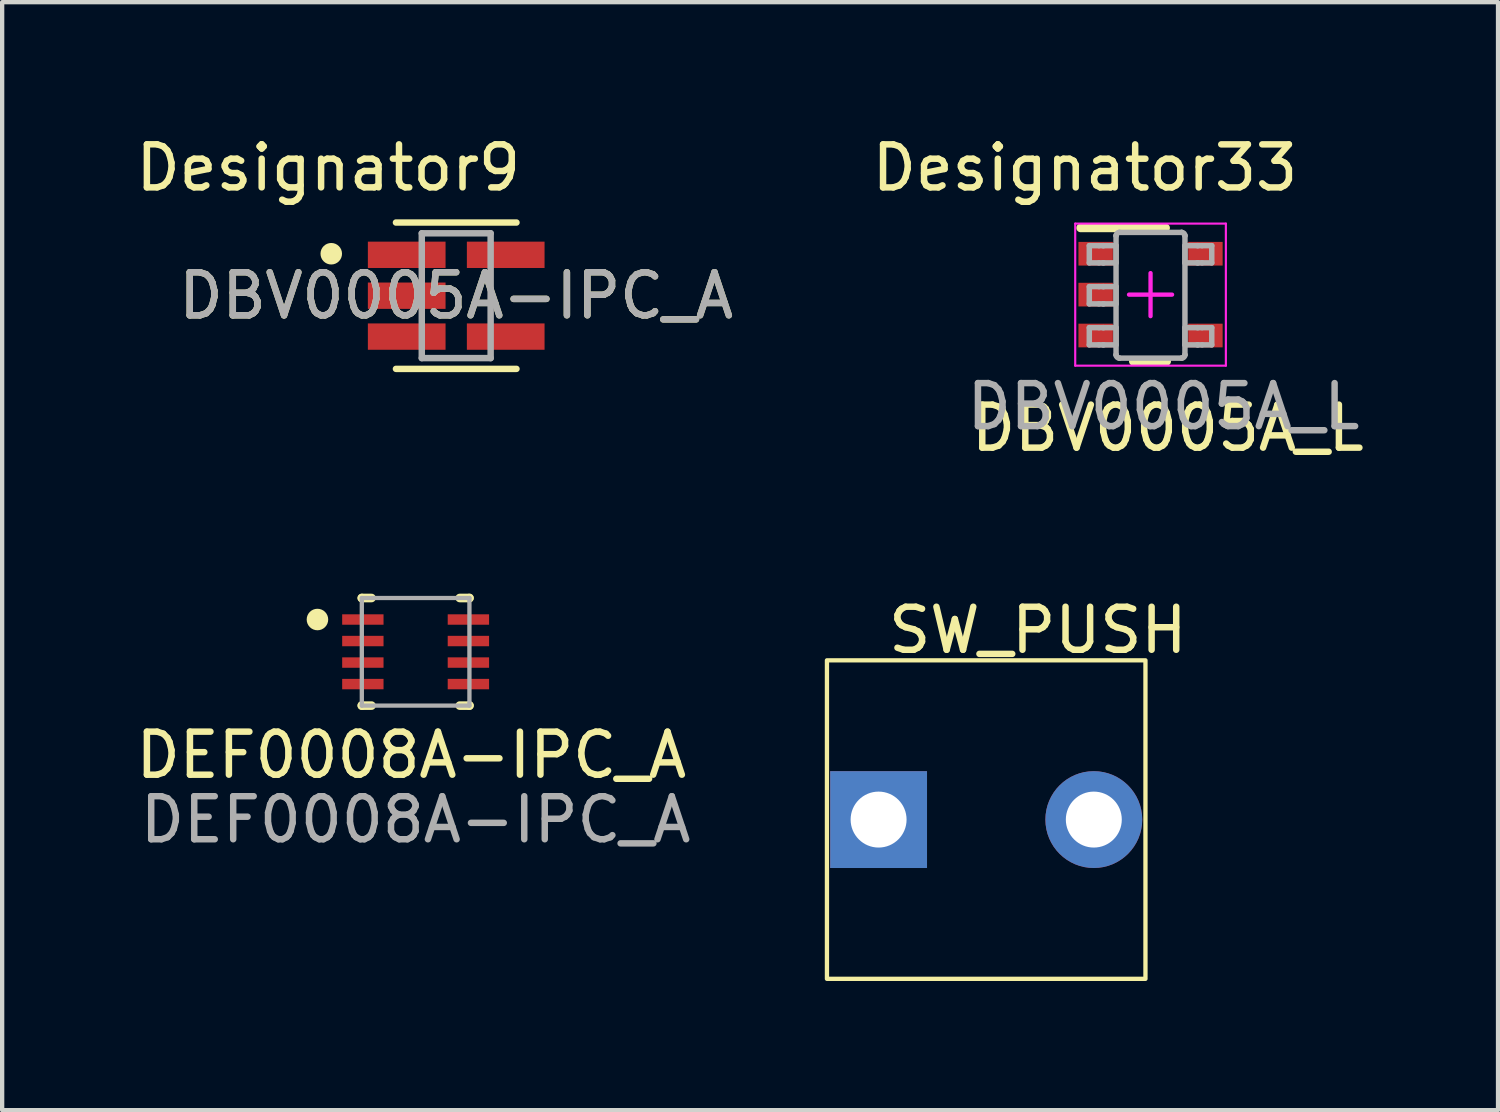
<source format=kicad_pcb>
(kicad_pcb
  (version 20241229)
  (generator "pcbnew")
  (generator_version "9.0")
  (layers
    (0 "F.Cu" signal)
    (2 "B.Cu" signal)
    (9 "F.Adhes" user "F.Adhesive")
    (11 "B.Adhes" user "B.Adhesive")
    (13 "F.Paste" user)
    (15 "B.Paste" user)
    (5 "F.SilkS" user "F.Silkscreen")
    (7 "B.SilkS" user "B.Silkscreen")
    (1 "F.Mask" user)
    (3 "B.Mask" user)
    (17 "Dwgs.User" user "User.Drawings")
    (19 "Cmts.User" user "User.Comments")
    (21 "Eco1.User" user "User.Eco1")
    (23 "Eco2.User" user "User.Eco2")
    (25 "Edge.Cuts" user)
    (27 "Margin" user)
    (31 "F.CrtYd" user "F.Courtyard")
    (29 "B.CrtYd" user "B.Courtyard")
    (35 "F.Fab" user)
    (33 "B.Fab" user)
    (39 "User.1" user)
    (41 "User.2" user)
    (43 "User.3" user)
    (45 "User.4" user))
  (footprint "DBV0005A_L"
    (layer "F.Cu")
    (at 23.68 3.795)
    (property "Reference" "DBV0005A_L" (at 0.4 3.1 0) (unlocked yes) (layer "F.SilkS") (effects (font (size 1 1) (thickness 0.15))))
    (attr smd)
    (fp_line (start -1.625 -1.55) (end 0.35 -1.55) (stroke (width 0.2) (type solid)) (layer "F.SilkS"))
    (fp_line (start -0.4 1.55) (end 0.375 1.55) (stroke (width 0.2) (type solid)) (layer "F.SilkS"))
    (fp_line (start -1.75 -1.65) (end 1.75 -1.65) (stroke (width 0.05) (type solid)) (layer "F.CrtYd"))
    (fp_line (start -1.75 1.65) (end -1.75 -1.65) (stroke (width 0.05) (type solid)) (layer "F.CrtYd"))
    (fp_line (start -1.75 1.65) (end 1.75 1.65) (stroke (width 0.05) (type solid)) (layer "F.CrtYd"))
    (fp_line (start -0.5 0) (end 0.5 0) (stroke (width 0.1) (type solid)) (layer "F.CrtYd"))
    (fp_line (start 0 0.5) (end 0 -0.5) (stroke (width 0.1) (type solid)) (layer "F.CrtYd"))
    (fp_line (start 1.75 1.65) (end 1.75 -1.65) (stroke (width 0.05) (type solid)) (layer "F.CrtYd"))
    (fp_line (start -1.423 -1.138) (end -1.199 -1.138) (stroke (width 0.127) (type solid)) (layer "F.Fab"))
    (fp_line (start -1.423 -0.738) (end -1.423 -1.138) (stroke (width 0.127) (type solid)) (layer "F.Fab"))
    (fp_line (start -1.423 -0.738) (end -1.199 -0.738) (stroke (width 0.127) (type solid)) (layer "F.Fab"))
    (fp_line (start -1.423 -0.186) (end -1.199 -0.186) (stroke (width 0.127) (type solid)) (layer "F.Fab"))
    (fp_line (start -1.423 0.215) (end -1.423 -0.186) (stroke (width 0.127) (type solid)) (layer "F.Fab"))
    (fp_line (start -1.423 0.215) (end -1.199 0.215) (stroke (width 0.127) (type solid)) (layer "F.Fab"))
    (fp_line (start -1.423 0.767) (end -1.199 0.767) (stroke (width 0.127) (type solid)) (layer "F.Fab"))
    (fp_line (start -1.423 1.167) (end -1.423 0.767) (stroke (width 0.127) (type solid)) (layer "F.Fab"))
    (fp_line (start -1.423 1.167) (end -1.199 1.167) (stroke (width 0.127) (type solid)) (layer "F.Fab"))
    (fp_line (start -1.199 -1.138) (end -1.105 -1.138) (stroke (width 0.127) (type solid)) (layer "F.Fab"))
    (fp_line (start -1.199 -0.738) (end -1.105 -0.738) (stroke (width 0.127) (type solid)) (layer "F.Fab"))
    (fp_line (start -1.199 -0.186) (end -1.105 -0.186) (stroke (width 0.127) (type solid)) (layer "F.Fab"))
    (fp_line (start -1.199 0.215) (end -1.105 0.215) (stroke (width 0.127) (type solid)) (layer "F.Fab"))
    (fp_line (start -1.199 0.767) (end -1.105 0.767) (stroke (width 0.127) (type solid)) (layer "F.Fab"))
    (fp_line (start -1.199 1.167) (end -1.105 1.167) (stroke (width 0.127) (type solid)) (layer "F.Fab"))
    (fp_line (start -1.105 -1.138) (end -1.088 -1.138) (stroke (width 0.127) (type solid)) (layer "F.Fab"))
    (fp_line (start -1.105 -0.738) (end -1.088 -0.738) (stroke (width 0.127) (type solid)) (layer "F.Fab"))
    (fp_line (start -1.105 -0.186) (end -1.088 -0.186) (stroke (width 0.127) (type solid)) (layer "F.Fab"))
    (fp_line (start -1.105 0.215) (end -1.088 0.215) (stroke (width 0.127) (type solid)) (layer "F.Fab"))
    (fp_line (start -1.105 0.767) (end -1.088 0.767) (stroke (width 0.127) (type solid)) (layer "F.Fab"))
    (fp_line (start -1.105 1.167) (end -1.088 1.167) (stroke (width 0.127) (type solid)) (layer "F.Fab"))
    (fp_line (start -1.088 -1.138) (end -0.835 -1.138) (stroke (width 0.127) (type solid)) (layer "F.Fab"))
    (fp_line (start -1.088 -0.738) (end -0.835 -0.738) (stroke (width 0.127) (type solid)) (layer "F.Fab"))
    (fp_line (start -1.088 -0.186) (end -0.835 -0.186) (stroke (width 0.127) (type solid)) (layer "F.Fab"))
    (fp_line (start -1.088 0.215) (end -0.835 0.215) (stroke (width 0.127) (type solid)) (layer "F.Fab"))
    (fp_line (start -1.088 0.767) (end -0.835 0.767) (stroke (width 0.127) (type solid)) (layer "F.Fab"))
    (fp_line (start -1.088 1.167) (end -0.835 1.167) (stroke (width 0.127) (type solid)) (layer "F.Fab"))
    (fp_line (start -0.835 -1.138) (end -0.801 -1.138) (stroke (width 0.127) (type solid)) (layer "F.Fab"))
    (fp_line (start -0.835 -0.738) (end -0.801 -0.738) (stroke (width 0.127) (type solid)) (layer "F.Fab"))
    (fp_line (start -0.835 -0.186) (end -0.801 -0.186) (stroke (width 0.127) (type solid)) (layer "F.Fab"))
    (fp_line (start -0.835 0.215) (end -0.801 0.215) (stroke (width 0.127) (type solid)) (layer "F.Fab"))
    (fp_line (start -0.835 0.767) (end -0.801 0.767) (stroke (width 0.127) (type solid)) (layer "F.Fab"))
    (fp_line (start -0.835 1.167) (end -0.801 1.167) (stroke (width 0.127) (type solid)) (layer "F.Fab"))
    (fp_line (start -0.801 -1.37) (end -0.801 -1.371) (stroke (width 0.127) (type solid)) (layer "F.Fab"))
    (fp_line (start -0.801 -0.738) (end -0.801 -1.138) (stroke (width 0.127) (type solid)) (layer "F.Fab"))
    (fp_line (start -0.801 0.215) (end -0.801 -0.186) (stroke (width 0.127) (type solid)) (layer "F.Fab"))
    (fp_line (start -0.801 1.167) (end -0.801 0.767) (stroke (width 0.127) (type solid)) (layer "F.Fab"))
    (fp_line (start -0.801 1.399) (end -0.801 -1.37) (stroke (width 0.127) (type solid)) (layer "F.Fab"))
    (fp_line (start -0.801 1.4) (end -0.801 1.399) (stroke (width 0.127) (type solid)) (layer "F.Fab"))
    (fp_line (start -0.725 -1.446) (end -0.725 -1.446) (stroke (width 0.127) (type solid)) (layer "F.Fab"))
    (fp_line (start -0.725 1.475) (end -0.725 1.475) (stroke (width 0.127) (type solid)) (layer "F.Fab"))
    (fp_line (start -0.725 -1.446) (end 0.723 -1.446) (stroke (width 0.127) (type solid)) (layer "F.Fab"))
    (fp_line (start -0.725 1.475) (end 0.723 1.475) (stroke (width 0.127) (type solid)) (layer "F.Fab"))
    (fp_line (start 0.723 -1.446) (end 0.724 -1.446) (stroke (width 0.127) (type solid)) (layer "F.Fab"))
    (fp_line (start 0.723 1.475) (end 0.724 1.475) (stroke (width 0.127) (type solid)) (layer "F.Fab"))
    (fp_line (start 0.799 -1.37) (end 0.799 -1.371) (stroke (width 0.127) (type solid)) (layer "F.Fab"))
    (fp_line (start 0.799 -1.138) (end 0.834 -1.138) (stroke (width 0.127) (type solid)) (layer "F.Fab"))
    (fp_line (start 0.799 -0.738) (end 0.799 -1.138) (stroke (width 0.127) (type solid)) (layer "F.Fab"))
    (fp_line (start 0.799 -0.738) (end 0.834 -0.738) (stroke (width 0.127) (type solid)) (layer "F.Fab"))
    (fp_line (start 0.799 0.767) (end 0.834 0.767) (stroke (width 0.127) (type solid)) (layer "F.Fab"))
    (fp_line (start 0.799 1.167) (end 0.799 0.767) (stroke (width 0.127) (type solid)) (layer "F.Fab"))
    (fp_line (start 0.799 1.167) (end 0.834 1.167) (stroke (width 0.127) (type solid)) (layer "F.Fab"))
    (fp_line (start 0.799 1.399) (end 0.799 -1.37) (stroke (width 0.127) (type solid)) (layer "F.Fab"))
    (fp_line (start 0.799 1.4) (end 0.799 1.399) (stroke (width 0.127) (type solid)) (layer "F.Fab"))
    (fp_line (start 0.834 -1.138) (end 1.087 -1.138) (stroke (width 0.127) (type solid)) (layer "F.Fab"))
    (fp_line (start 0.834 -0.738) (end 1.087 -0.738) (stroke (width 0.127) (type solid)) (layer "F.Fab"))
    (fp_line (start 0.834 0.767) (end 1.087 0.767) (stroke (width 0.127) (type solid)) (layer "F.Fab"))
    (fp_line (start 0.834 1.167) (end 1.087 1.167) (stroke (width 0.127) (type solid)) (layer "F.Fab"))
    (fp_line (start 1.087 -1.138) (end 1.103 -1.138) (stroke (width 0.127) (type solid)) (layer "F.Fab"))
    (fp_line (start 1.087 -0.738) (end 1.103 -0.738) (stroke (width 0.127) (type solid)) (layer "F.Fab"))
    (fp_line (start 1.087 0.767) (end 1.103 0.767) (stroke (width 0.127) (type solid)) (layer "F.Fab"))
    (fp_line (start 1.087 1.167) (end 1.103 1.167) (stroke (width 0.127) (type solid)) (layer "F.Fab"))
    (fp_line (start 1.103 -1.138) (end 1.198 -1.138) (stroke (width 0.127) (type solid)) (layer "F.Fab"))
    (fp_line (start 1.103 -0.738) (end 1.198 -0.738) (stroke (width 0.127) (type solid)) (layer "F.Fab"))
    (fp_line (start 1.103 0.767) (end 1.198 0.767) (stroke (width 0.127) (type solid)) (layer "F.Fab"))
    (fp_line (start 1.103 1.167) (end 1.198 1.167) (stroke (width 0.127) (type solid)) (layer "F.Fab"))
    (fp_line (start 1.198 -1.138) (end 1.422 -1.138) (stroke (width 0.127) (type solid)) (layer "F.Fab"))
    (fp_line (start 1.198 -0.738) (end 1.422 -0.738) (stroke (width 0.127) (type solid)) (layer "F.Fab"))
    (fp_line (start 1.198 0.767) (end 1.422 0.767) (stroke (width 0.127) (type solid)) (layer "F.Fab"))
    (fp_line (start 1.198 1.167) (end 1.422 1.167) (stroke (width 0.127) (type solid)) (layer "F.Fab"))
    (fp_line (start 1.422 -0.738) (end 1.422 -1.138) (stroke (width 0.127) (type solid)) (layer "F.Fab"))
    (fp_line (start 1.422 1.167) (end 1.422 0.767) (stroke (width 0.127) (type solid)) (layer "F.Fab"))
    (fp_arc (start -0.80074 -1.37084) (mid -0.778218 -1.423887) (end -0.724999 -1.445998) (stroke (width 0.127) (type solid)) (layer "F.Fab"))
    (fp_arc (start -0.724999 1.475) (mid -0.778213 1.452901) (end -0.80074 1.399867) (stroke (width 0.127) (type solid)) (layer "F.Fab"))
    (fp_arc (start 0.723714 -1.445998) (mid 0.776933 -1.423887) (end 0.799455 -1.37084) (stroke (width 0.127) (type solid)) (layer "F.Fab"))
    (fp_arc (start 0.799455 1.399868) (mid 0.776927 1.452901) (end 0.723713 1.475) (stroke (width 0.127) (type solid)) (layer "F.Fab"))
    (fp_text user "Designator33" (at -1.524 -2.946 0) (unlocked yes) (layer "F.SilkS") (effects (font (size 1 1) (thickness 0.15))))
    (fp_text user "${REFERENCE}" (at 0.3 2.6 0) (unlocked yes) (layer "F.Fab") (effects (font (size 1 1) (thickness 0.15))))
    (pad "1" smd rect (at -1.275 -0.95 90) (size 0.55 0.8) (layers "F.Cu" "F.Mask" "F.Paste"))
    (pad "2" smd rect (at -1.275 0 90) (size 0.55 0.8) (layers "F.Cu" "F.Mask" "F.Paste"))
    (pad "3" smd rect (at -1.275 0.95 90) (size 0.55 0.8) (layers "F.Cu" "F.Mask" "F.Paste"))
    (pad "4" smd rect (at 1.275 0.95 90) (size 0.55 0.8) (layers "F.Cu" "F.Mask" "F.Paste"))
    (pad "5" smd rect (at 1.275 -0.95 90) (size 0.55 0.8) (layers "F.Cu" "F.Mask" "F.Paste")))
  (footprint "DBV0005A-IPC_A"
    (layer "F.Cu")
    (at 7.549 3.82)
    (property "Reference" "DBV0005A-IPC_A" (at 0 0 0) (unlocked yes) (layer "F.SilkS") (effects (font (size 1 1) (thickness 0.15))))
    (attr smd)
    (fp_line (start -1.4 -1.7) (end 1.4 -1.7) (stroke (width 0.15) (type solid)) (layer "F.SilkS"))
    (fp_line (start -1.4 1.7) (end 1.4 1.7) (stroke (width 0.15) (type solid)) (layer "F.SilkS"))
    (fp_circle (center -2.903 -0.975) (end -2.778 -0.975) (stroke (width 0.25) (type solid)) (fill no) (layer "F.SilkS"))
    (fp_line (start -0.8 -1.45) (end 0.8 -1.45) (stroke (width 0.15) (type solid)) (layer "F.Fab"))
    (fp_line (start -0.8 1.45) (end -0.8 -1.45) (stroke (width 0.15) (type solid)) (layer "F.Fab"))
    (fp_line (start -0.8 1.45) (end 0.8 1.45) (stroke (width 0.15) (type solid)) (layer "F.Fab"))
    (fp_line (start 0.8 1.45) (end 0.8 -1.45) (stroke (width 0.15) (type solid)) (layer "F.Fab"))
    (fp_text user "Designator9" (at -2.972 -2.972 0) (unlocked yes) (layer "F.SilkS") (effects (font (size 1 1) (thickness 0.15))))
    (fp_text user "${REFERENCE}" (at 0 0 0) (unlocked yes) (layer "F.Fab") (effects (font (size 1 1) (thickness 0.15))))
    (pad "1" smd rect (at -1.15 -0.95) (size 1.805 0.612) (layers "F.Cu" "F.Mask" "F.Paste"))
    (pad "2" smd rect (at -1.15 0) (size 1.805 0.612) (layers "F.Cu" "F.Mask" "F.Paste"))
    (pad "3" smd rect (at -1.15 0.95) (size 1.805 0.612) (layers "F.Cu" "F.Mask" "F.Paste"))
    (pad "4" smd rect (at 1.15 0.95) (size 1.805 0.612) (layers "F.Cu" "F.Mask" "F.Paste"))
    (pad "5" smd rect (at 1.15 -0.95) (size 1.805 0.612) (layers "F.Cu" "F.Mask" "F.Paste")))
  (footprint "DEF0008A-IPC_A"
    (layer "F.Cu")
    (at 6.606 12.093)
    (property "Reference" "DEF0008A-IPC_A" (at -0.1 2.4 0) (unlocked yes) (layer "F.SilkS") (effects (font (size 1 1) (thickness 0.15))))
    (attr smd)
    (fp_line (start -1.25 -1.25) (end -1.025 -1.25) (stroke (width 0.2) (type solid)) (layer "F.SilkS"))
    (fp_line (start -1.25 -1.246) (end -1.25 -1.25) (stroke (width 0.2) (type solid)) (layer "F.SilkS"))
    (fp_line (start -1.25 1.25) (end -1.25 1.246) (stroke (width 0.2) (type solid)) (layer "F.SilkS"))
    (fp_line (start -1.25 1.25) (end -1.025 1.25) (stroke (width 0.2) (type solid)) (layer "F.SilkS"))
    (fp_line (start 1.025 -1.25) (end 1.25 -1.25) (stroke (width 0.2) (type solid)) (layer "F.SilkS"))
    (fp_line (start 1.025 1.25) (end 1.25 1.25) (stroke (width 0.2) (type solid)) (layer "F.SilkS"))
    (fp_line (start 1.25 -1.246) (end 1.25 -1.25) (stroke (width 0.2) (type solid)) (layer "F.SilkS"))
    (fp_line (start 1.25 1.25) (end 1.25 1.246) (stroke (width 0.2) (type solid)) (layer "F.SilkS"))
    (fp_circle (center -2.281 -0.75) (end -2.156 -0.75) (stroke (width 0.25) (type solid)) (fill no) (layer "F.SilkS"))
    (fp_line (start -1.25 -1.25) (end 1.25 -1.25) (stroke (width 0.1) (type solid)) (layer "F.Fab"))
    (fp_line (start -1.25 1.25) (end -1.25 -1.25) (stroke (width 0.1) (type solid)) (layer "F.Fab"))
    (fp_line (start -1.25 1.25) (end 1.25 1.25) (stroke (width 0.1) (type solid)) (layer "F.Fab"))
    (fp_line (start 1.25 1.25) (end 1.25 -1.25) (stroke (width 0.1) (type solid)) (layer "F.Fab"))
    (fp_text user "${REFERENCE}" (at 0 3.9 0) (unlocked yes) (layer "F.Fab") (effects (font (size 1 1) (thickness 0.15))))
    (pad "1" smd rect (at -1.226 -0.75) (size 0.961 0.242) (layers "F.Cu" "F.Mask" "F.Paste"))
    (pad "2" smd rect (at -1.226 -0.25) (size 0.961 0.242) (layers "F.Cu" "F.Mask" "F.Paste"))
    (pad "3" smd rect (at -1.226 0.25) (size 0.961 0.242) (layers "F.Cu" "F.Mask" "F.Paste"))
    (pad "4" smd rect (at -1.226 0.75) (size 0.961 0.242) (layers "F.Cu" "F.Mask" "F.Paste"))
    (pad "5" smd rect (at 1.226 0.75) (size 0.961 0.242) (layers "F.Cu" "F.Mask" "F.Paste"))
    (pad "6" smd rect (at 1.226 0.25) (size 0.961 0.242) (layers "F.Cu" "F.Mask" "F.Paste"))
    (pad "7" smd rect (at 1.226 -0.25) (size 0.961 0.242) (layers "F.Cu" "F.Mask" "F.Paste"))
    (pad "8" smd rect (at 1.226 -0.75) (size 0.961 0.242) (layers "F.Cu" "F.Mask" "F.Paste")))
  (footprint "SW_PUSH"
    (layer "F.Cu")
    (at 17.362 15.991)
    (property "Reference" "SW_PUSH" (at 3.7 -4.4 0) (layer "F.SilkS") (effects (font (size 1 1) (thickness 0.15))))
    (attr through_hole)
    (fp_rect (start -1.2 -3.7) (end 6.2 3.7) (stroke (width 0.1) (type default)) (fill no) (layer "F.SilkS"))
    (pad "1" thru_hole rect (at 0 0 90) (size 2.25 2.25) (drill 1.3) (layers "*.Cu" "*.Mask"))
    (pad "2" thru_hole circle (at 5 0 90) (size 2.25 2.25) (drill 1.3) (layers "*.Cu" "*.Mask")))
  (gr_rect
    (start -3 -3)
    (end 31.753 22.741)
    (stroke (width 0.1) (type default))
    (fill no)
    (layer "Edge.Cuts")))
</source>
